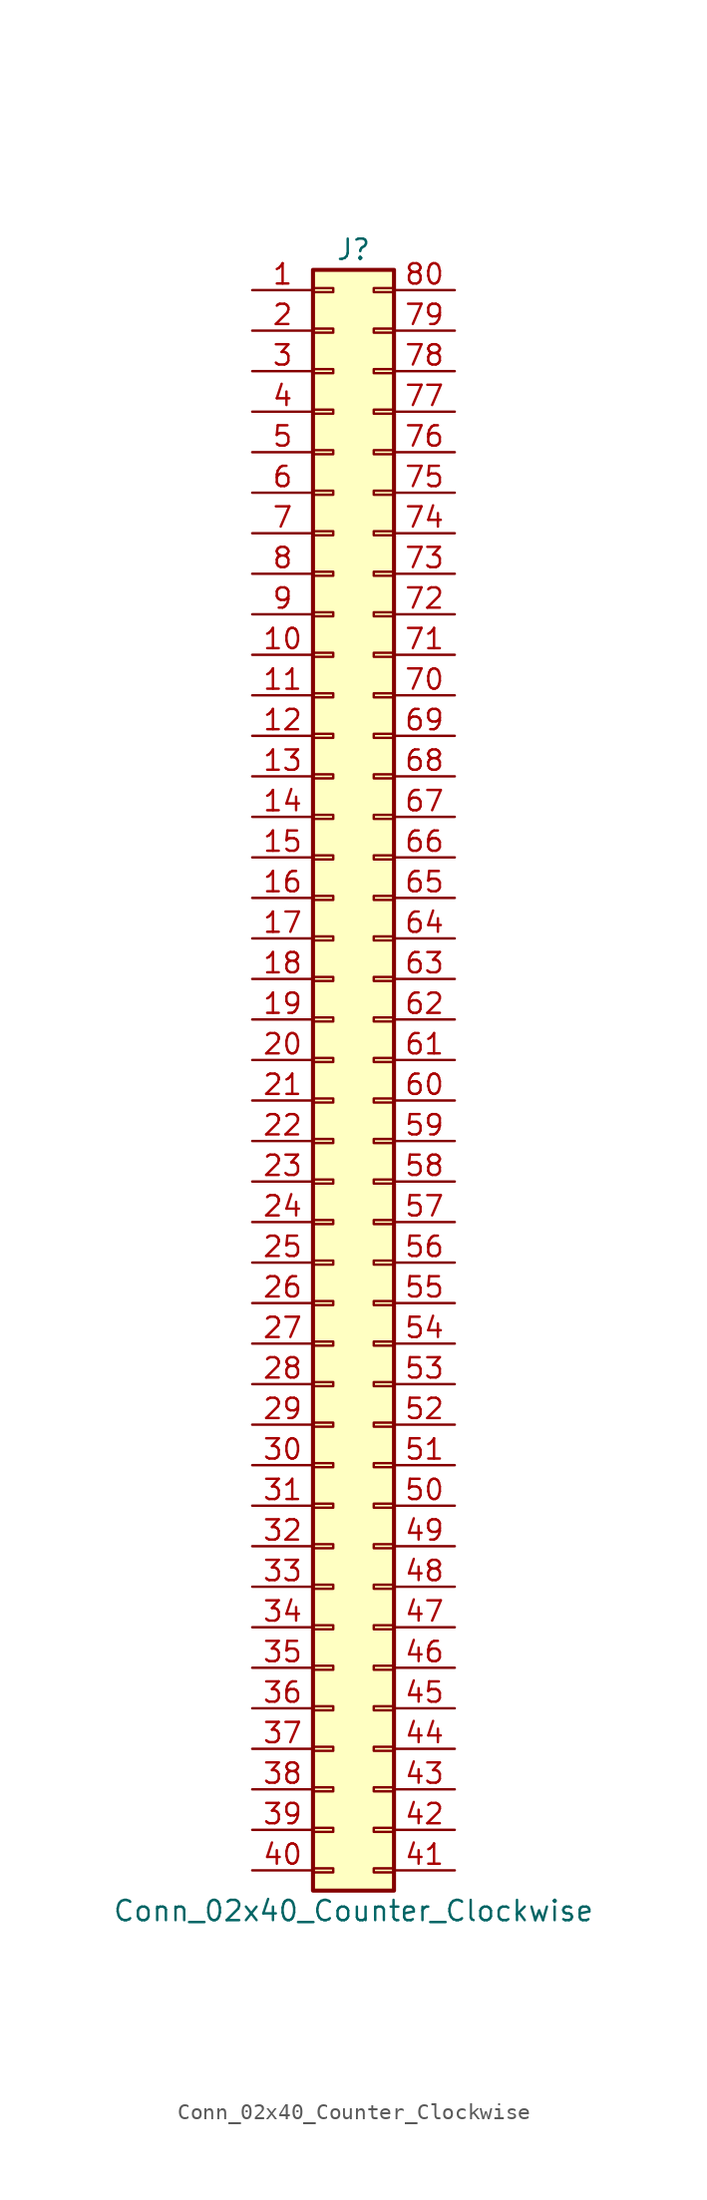
<source format=kicad_sym>
(kicad_symbol_lib
  (version 20211014)
  (generator kicad_symbol_editor)
  (symbol "Conn_02x40_Counter_Clockwise"
    (pin_names
      (offset 1.016) hide)
    (property "Reference" "J"
      (at 1.27 50.8 0)
      (effects (font (size 1.27 1.27))))
    (property "Value" "Conn_02x40_Counter_Clockwise"
      (at 1.27 -53.34 0)
      (effects (font (size 1.27 1.27))))
    (symbol "Conn_02x40_Counter_Clockwise_1_1"
      (rectangle (start -1.27 -50.673) (end 0 -50.927) (stroke (width 0.152) (type default) (color 0 0 0 0)) (fill (type none)))
      (rectangle (start -1.27 -48.133) (end 0 -48.387) (stroke (width 0.152) (type default) (color 0 0 0 0)) (fill (type none)))
      (rectangle (start -1.27 -45.593) (end 0 -45.847) (stroke (width 0.152) (type default) (color 0 0 0 0)) (fill (type none)))
      (rectangle (start -1.27 -43.053) (end 0 -43.307) (stroke (width 0.152) (type default) (color 0 0 0 0)) (fill (type none)))
      (rectangle (start -1.27 -40.513) (end 0 -40.767) (stroke (width 0.152) (type default) (color 0 0 0 0)) (fill (type none)))
      (rectangle (start -1.27 -37.973) (end 0 -38.227) (stroke (width 0.152) (type default) (color 0 0 0 0)) (fill (type none)))
      (rectangle (start -1.27 -35.433) (end 0 -35.687) (stroke (width 0.152) (type default) (color 0 0 0 0)) (fill (type none)))
      (rectangle (start -1.27 -32.893) (end 0 -33.147) (stroke (width 0.152) (type default) (color 0 0 0 0)) (fill (type none)))
      (rectangle (start -1.27 -30.353) (end 0 -30.607) (stroke (width 0.152) (type default) (color 0 0 0 0)) (fill (type none)))
      (rectangle (start -1.27 -27.813) (end 0 -28.067) (stroke (width 0.152) (type default) (color 0 0 0 0)) (fill (type none)))
      (rectangle (start -1.27 -25.273) (end 0 -25.527) (stroke (width 0.152) (type default) (color 0 0 0 0)) (fill (type none)))
      (rectangle (start -1.27 -22.733) (end 0 -22.987) (stroke (width 0.152) (type default) (color 0 0 0 0)) (fill (type none)))
      (rectangle (start -1.27 -20.193) (end 0 -20.447) (stroke (width 0.152) (type default) (color 0 0 0 0)) (fill (type none)))
      (rectangle (start -1.27 -17.653) (end 0 -17.907) (stroke (width 0.152) (type default) (color 0 0 0 0)) (fill (type none)))
      (rectangle (start -1.27 -15.113) (end 0 -15.367) (stroke (width 0.152) (type default) (color 0 0 0 0)) (fill (type none)))
      (rectangle (start -1.27 -12.573) (end 0 -12.827) (stroke (width 0.152) (type default) (color 0 0 0 0)) (fill (type none)))
      (rectangle (start -1.27 -10.033) (end 0 -10.287) (stroke (width 0.152) (type default) (color 0 0 0 0)) (fill (type none)))
      (rectangle (start -1.27 -7.493) (end 0 -7.747) (stroke (width 0.152) (type default) (color 0 0 0 0)) (fill (type none)))
      (rectangle (start -1.27 -4.953) (end 0 -5.207) (stroke (width 0.152) (type default) (color 0 0 0 0)) (fill (type none)))
      (rectangle (start -1.27 -2.413) (end 0 -2.667) (stroke (width 0.152) (type default) (color 0 0 0 0)) (fill (type none)))
      (rectangle (start -1.27 0.127) (end 0 -0.127) (stroke (width 0.152) (type default) (color 0 0 0 0)) (fill (type none)))
      (rectangle (start -1.27 2.667) (end 0 2.413) (stroke (width 0.152) (type default) (color 0 0 0 0)) (fill (type none)))
      (rectangle (start -1.27 5.207) (end 0 4.953) (stroke (width 0.152) (type default) (color 0 0 0 0)) (fill (type none)))
      (rectangle (start -1.27 7.747) (end 0 7.493) (stroke (width 0.152) (type default) (color 0 0 0 0)) (fill (type none)))
      (rectangle (start -1.27 10.287) (end 0 10.033) (stroke (width 0.152) (type default) (color 0 0 0 0)) (fill (type none)))
      (rectangle (start -1.27 12.827) (end 0 12.573) (stroke (width 0.152) (type default) (color 0 0 0 0)) (fill (type none)))
      (rectangle (start -1.27 15.367) (end 0 15.113) (stroke (width 0.152) (type default) (color 0 0 0 0)) (fill (type none)))
      (rectangle (start -1.27 17.907) (end 0 17.653) (stroke (width 0.152) (type default) (color 0 0 0 0)) (fill (type none)))
      (rectangle (start -1.27 20.447) (end 0 20.193) (stroke (width 0.152) (type default) (color 0 0 0 0)) (fill (type none)))
      (rectangle (start -1.27 22.987) (end 0 22.733) (stroke (width 0.152) (type default) (color 0 0 0 0)) (fill (type none)))
      (rectangle (start -1.27 25.527) (end 0 25.273) (stroke (width 0.152) (type default) (color 0 0 0 0)) (fill (type none)))
      (rectangle (start -1.27 28.067) (end 0 27.813) (stroke (width 0.152) (type default) (color 0 0 0 0)) (fill (type none)))
      (rectangle (start -1.27 30.607) (end 0 30.353) (stroke (width 0.152) (type default) (color 0 0 0 0)) (fill (type none)))
      (rectangle (start -1.27 33.147) (end 0 32.893) (stroke (width 0.152) (type default) (color 0 0 0 0)) (fill (type none)))
      (rectangle (start -1.27 35.687) (end 0 35.433) (stroke (width 0.152) (type default) (color 0 0 0 0)) (fill (type none)))
      (rectangle (start -1.27 38.227) (end 0 37.973) (stroke (width 0.152) (type default) (color 0 0 0 0)) (fill (type none)))
      (rectangle (start -1.27 40.767) (end 0 40.513) (stroke (width 0.152) (type default) (color 0 0 0 0)) (fill (type none)))
      (rectangle (start -1.27 43.307) (end 0 43.053) (stroke (width 0.152) (type default) (color 0 0 0 0)) (fill (type none)))
      (rectangle (start -1.27 45.847) (end 0 45.593) (stroke (width 0.152) (type default) (color 0 0 0 0)) (fill (type none)))
      (rectangle (start -1.27 48.387) (end 0 48.133) (stroke (width 0.152) (type default) (color 0 0 0 0)) (fill (type none)))
      (rectangle (start -1.27 49.53) (end 3.81 -52.07) (stroke (width 0.254) (type default) (color 0 0 0 0)) (fill (type background)))
      (rectangle (start 3.81 -50.673) (end 2.54 -50.927) (stroke (width 0.152) (type default) (color 0 0 0 0)) (fill (type none)))
      (rectangle (start 3.81 -48.133) (end 2.54 -48.387) (stroke (width 0.152) (type default) (color 0 0 0 0)) (fill (type none)))
      (rectangle (start 3.81 -45.593) (end 2.54 -45.847) (stroke (width 0.152) (type default) (color 0 0 0 0)) (fill (type none)))
      (rectangle (start 3.81 -43.053) (end 2.54 -43.307) (stroke (width 0.152) (type default) (color 0 0 0 0)) (fill (type none)))
      (rectangle (start 3.81 -40.513) (end 2.54 -40.767) (stroke (width 0.152) (type default) (color 0 0 0 0)) (fill (type none)))
      (rectangle (start 3.81 -37.973) (end 2.54 -38.227) (stroke (width 0.152) (type default) (color 0 0 0 0)) (fill (type none)))
      (rectangle (start 3.81 -35.433) (end 2.54 -35.687) (stroke (width 0.152) (type default) (color 0 0 0 0)) (fill (type none)))
      (rectangle (start 3.81 -32.893) (end 2.54 -33.147) (stroke (width 0.152) (type default) (color 0 0 0 0)) (fill (type none)))
      (rectangle (start 3.81 -30.353) (end 2.54 -30.607) (stroke (width 0.152) (type default) (color 0 0 0 0)) (fill (type none)))
      (rectangle (start 3.81 -27.813) (end 2.54 -28.067) (stroke (width 0.152) (type default) (color 0 0 0 0)) (fill (type none)))
      (rectangle (start 3.81 -25.273) (end 2.54 -25.527) (stroke (width 0.152) (type default) (color 0 0 0 0)) (fill (type none)))
      (rectangle (start 3.81 -22.733) (end 2.54 -22.987) (stroke (width 0.152) (type default) (color 0 0 0 0)) (fill (type none)))
      (rectangle (start 3.81 -20.193) (end 2.54 -20.447) (stroke (width 0.152) (type default) (color 0 0 0 0)) (fill (type none)))
      (rectangle (start 3.81 -17.653) (end 2.54 -17.907) (stroke (width 0.152) (type default) (color 0 0 0 0)) (fill (type none)))
      (rectangle (start 3.81 -15.113) (end 2.54 -15.367) (stroke (width 0.152) (type default) (color 0 0 0 0)) (fill (type none)))
      (rectangle (start 3.81 -12.573) (end 2.54 -12.827) (stroke (width 0.152) (type default) (color 0 0 0 0)) (fill (type none)))
      (rectangle (start 3.81 -10.033) (end 2.54 -10.287) (stroke (width 0.152) (type default) (color 0 0 0 0)) (fill (type none)))
      (rectangle (start 3.81 -7.493) (end 2.54 -7.747) (stroke (width 0.152) (type default) (color 0 0 0 0)) (fill (type none)))
      (rectangle (start 3.81 -4.953) (end 2.54 -5.207) (stroke (width 0.152) (type default) (color 0 0 0 0)) (fill (type none)))
      (rectangle (start 3.81 -2.413) (end 2.54 -2.667) (stroke (width 0.152) (type default) (color 0 0 0 0)) (fill (type none)))
      (rectangle (start 3.81 0.127) (end 2.54 -0.127) (stroke (width 0.152) (type default) (color 0 0 0 0)) (fill (type none)))
      (rectangle (start 3.81 2.667) (end 2.54 2.413) (stroke (width 0.152) (type default) (color 0 0 0 0)) (fill (type none)))
      (rectangle (start 3.81 5.207) (end 2.54 4.953) (stroke (width 0.152) (type default) (color 0 0 0 0)) (fill (type none)))
      (rectangle (start 3.81 7.747) (end 2.54 7.493) (stroke (width 0.152) (type default) (color 0 0 0 0)) (fill (type none)))
      (rectangle (start 3.81 10.287) (end 2.54 10.033) (stroke (width 0.152) (type default) (color 0 0 0 0)) (fill (type none)))
      (rectangle (start 3.81 12.827) (end 2.54 12.573) (stroke (width 0.152) (type default) (color 0 0 0 0)) (fill (type none)))
      (rectangle (start 3.81 15.367) (end 2.54 15.113) (stroke (width 0.152) (type default) (color 0 0 0 0)) (fill (type none)))
      (rectangle (start 3.81 17.907) (end 2.54 17.653) (stroke (width 0.152) (type default) (color 0 0 0 0)) (fill (type none)))
      (rectangle (start 3.81 20.447) (end 2.54 20.193) (stroke (width 0.152) (type default) (color 0 0 0 0)) (fill (type none)))
      (rectangle (start 3.81 22.987) (end 2.54 22.733) (stroke (width 0.152) (type default) (color 0 0 0 0)) (fill (type none)))
      (rectangle (start 3.81 25.527) (end 2.54 25.273) (stroke (width 0.152) (type default) (color 0 0 0 0)) (fill (type none)))
      (rectangle (start 3.81 28.067) (end 2.54 27.813) (stroke (width 0.152) (type default) (color 0 0 0 0)) (fill (type none)))
      (rectangle (start 3.81 30.607) (end 2.54 30.353) (stroke (width 0.152) (type default) (color 0 0 0 0)) (fill (type none)))
      (rectangle (start 3.81 33.147) (end 2.54 32.893) (stroke (width 0.152) (type default) (color 0 0 0 0)) (fill (type none)))
      (rectangle (start 3.81 35.687) (end 2.54 35.433) (stroke (width 0.152) (type default) (color 0 0 0 0)) (fill (type none)))
      (rectangle (start 3.81 38.227) (end 2.54 37.973) (stroke (width 0.152) (type default) (color 0 0 0 0)) (fill (type none)))
      (rectangle (start 3.81 40.767) (end 2.54 40.513) (stroke (width 0.152) (type default) (color 0 0 0 0)) (fill (type none)))
      (rectangle (start 3.81 43.307) (end 2.54 43.053) (stroke (width 0.152) (type default) (color 0 0 0 0)) (fill (type none)))
      (rectangle (start 3.81 45.847) (end 2.54 45.593) (stroke (width 0.152) (type default) (color 0 0 0 0)) (fill (type none)))
      (rectangle (start 3.81 48.387) (end 2.54 48.133) (stroke (width 0.152) (type default) (color 0 0 0 0)) (fill (type none)))
      (pin passive line (at -5.08 48.26 0) (length 3.81) (name "Pin_1" (effects (font (size 1.27 1.27)))) (number "1" (effects (font (size 1.27 1.27)))))
      (pin passive line (at -5.08 25.4 0) (length 3.81) (name "Pin_10" (effects (font (size 1.27 1.27)))) (number "10" (effects (font (size 1.27 1.27)))))
      (pin passive line (at -5.08 22.86 0) (length 3.81) (name "Pin_11" (effects (font (size 1.27 1.27)))) (number "11" (effects (font (size 1.27 1.27)))))
      (pin passive line (at -5.08 20.32 0) (length 3.81) (name "Pin_12" (effects (font (size 1.27 1.27)))) (number "12" (effects (font (size 1.27 1.27)))))
      (pin passive line (at -5.08 17.78 0) (length 3.81) (name "Pin_13" (effects (font (size 1.27 1.27)))) (number "13" (effects (font (size 1.27 1.27)))))
      (pin passive line (at -5.08 15.24 0) (length 3.81) (name "Pin_14" (effects (font (size 1.27 1.27)))) (number "14" (effects (font (size 1.27 1.27)))))
      (pin passive line (at -5.08 12.7 0) (length 3.81) (name "Pin_15" (effects (font (size 1.27 1.27)))) (number "15" (effects (font (size 1.27 1.27)))))
      (pin passive line (at -5.08 10.16 0) (length 3.81) (name "Pin_16" (effects (font (size 1.27 1.27)))) (number "16" (effects (font (size 1.27 1.27)))))
      (pin passive line (at -5.08 7.62 0) (length 3.81) (name "Pin_17" (effects (font (size 1.27 1.27)))) (number "17" (effects (font (size 1.27 1.27)))))
      (pin passive line (at -5.08 5.08 0) (length 3.81) (name "Pin_18" (effects (font (size 1.27 1.27)))) (number "18" (effects (font (size 1.27 1.27)))))
      (pin passive line (at -5.08 2.54 0) (length 3.81) (name "Pin_19" (effects (font (size 1.27 1.27)))) (number "19" (effects (font (size 1.27 1.27)))))
      (pin passive line (at -5.08 45.72 0) (length 3.81) (name "Pin_2" (effects (font (size 1.27 1.27)))) (number "2" (effects (font (size 1.27 1.27)))))
      (pin passive line (at -5.08 0 0) (length 3.81) (name "Pin_20" (effects (font (size 1.27 1.27)))) (number "20" (effects (font (size 1.27 1.27)))))
      (pin passive line (at -5.08 -2.54 0) (length 3.81) (name "Pin_21" (effects (font (size 1.27 1.27)))) (number "21" (effects (font (size 1.27 1.27)))))
      (pin passive line (at -5.08 -5.08 0) (length 3.81) (name "Pin_22" (effects (font (size 1.27 1.27)))) (number "22" (effects (font (size 1.27 1.27)))))
      (pin passive line (at -5.08 -7.62 0) (length 3.81) (name "Pin_23" (effects (font (size 1.27 1.27)))) (number "23" (effects (font (size 1.27 1.27)))))
      (pin passive line (at -5.08 -10.16 0) (length 3.81) (name "Pin_24" (effects (font (size 1.27 1.27)))) (number "24" (effects (font (size 1.27 1.27)))))
      (pin passive line (at -5.08 -12.7 0) (length 3.81) (name "Pin_25" (effects (font (size 1.27 1.27)))) (number "25" (effects (font (size 1.27 1.27)))))
      (pin passive line (at -5.08 -15.24 0) (length 3.81) (name "Pin_26" (effects (font (size 1.27 1.27)))) (number "26" (effects (font (size 1.27 1.27)))))
      (pin passive line (at -5.08 -17.78 0) (length 3.81) (name "Pin_27" (effects (font (size 1.27 1.27)))) (number "27" (effects (font (size 1.27 1.27)))))
      (pin passive line (at -5.08 -20.32 0) (length 3.81) (name "Pin_28" (effects (font (size 1.27 1.27)))) (number "28" (effects (font (size 1.27 1.27)))))
      (pin passive line (at -5.08 -22.86 0) (length 3.81) (name "Pin_29" (effects (font (size 1.27 1.27)))) (number "29" (effects (font (size 1.27 1.27)))))
      (pin passive line (at -5.08 43.18 0) (length 3.81) (name "Pin_3" (effects (font (size 1.27 1.27)))) (number "3" (effects (font (size 1.27 1.27)))))
      (pin passive line (at -5.08 -25.4 0) (length 3.81) (name "Pin_30" (effects (font (size 1.27 1.27)))) (number "30" (effects (font (size 1.27 1.27)))))
      (pin passive line (at -5.08 -27.94 0) (length 3.81) (name "Pin_31" (effects (font (size 1.27 1.27)))) (number "31" (effects (font (size 1.27 1.27)))))
      (pin passive line (at -5.08 -30.48 0) (length 3.81) (name "Pin_32" (effects (font (size 1.27 1.27)))) (number "32" (effects (font (size 1.27 1.27)))))
      (pin passive line (at -5.08 -33.02 0) (length 3.81) (name "Pin_33" (effects (font (size 1.27 1.27)))) (number "33" (effects (font (size 1.27 1.27)))))
      (pin passive line (at -5.08 -35.56 0) (length 3.81) (name "Pin_34" (effects (font (size 1.27 1.27)))) (number "34" (effects (font (size 1.27 1.27)))))
      (pin passive line (at -5.08 -38.1 0) (length 3.81) (name "Pin_35" (effects (font (size 1.27 1.27)))) (number "35" (effects (font (size 1.27 1.27)))))
      (pin passive line (at -5.08 -40.64 0) (length 3.81) (name "Pin_36" (effects (font (size 1.27 1.27)))) (number "36" (effects (font (size 1.27 1.27)))))
      (pin passive line (at -5.08 -43.18 0) (length 3.81) (name "Pin_37" (effects (font (size 1.27 1.27)))) (number "37" (effects (font (size 1.27 1.27)))))
      (pin passive line (at -5.08 -45.72 0) (length 3.81) (name "Pin_38" (effects (font (size 1.27 1.27)))) (number "38" (effects (font (size 1.27 1.27)))))
      (pin passive line (at -5.08 -48.26 0) (length 3.81) (name "Pin_39" (effects (font (size 1.27 1.27)))) (number "39" (effects (font (size 1.27 1.27)))))
      (pin passive line (at -5.08 40.64 0) (length 3.81) (name "Pin_4" (effects (font (size 1.27 1.27)))) (number "4" (effects (font (size 1.27 1.27)))))
      (pin passive line (at -5.08 -50.8 0) (length 3.81) (name "Pin_40" (effects (font (size 1.27 1.27)))) (number "40" (effects (font (size 1.27 1.27)))))
      (pin passive line (at 7.62 -50.8 180) (length 3.81) (name "Pin_41" (effects (font (size 1.27 1.27)))) (number "41" (effects (font (size 1.27 1.27)))))
      (pin passive line (at 7.62 -48.26 180) (length 3.81) (name "Pin_42" (effects (font (size 1.27 1.27)))) (number "42" (effects (font (size 1.27 1.27)))))
      (pin passive line (at 7.62 -45.72 180) (length 3.81) (name "Pin_43" (effects (font (size 1.27 1.27)))) (number "43" (effects (font (size 1.27 1.27)))))
      (pin passive line (at 7.62 -43.18 180) (length 3.81) (name "Pin_44" (effects (font (size 1.27 1.27)))) (number "44" (effects (font (size 1.27 1.27)))))
      (pin passive line (at 7.62 -40.64 180) (length 3.81) (name "Pin_45" (effects (font (size 1.27 1.27)))) (number "45" (effects (font (size 1.27 1.27)))))
      (pin passive line (at 7.62 -38.1 180) (length 3.81) (name "Pin_46" (effects (font (size 1.27 1.27)))) (number "46" (effects (font (size 1.27 1.27)))))
      (pin passive line (at 7.62 -35.56 180) (length 3.81) (name "Pin_47" (effects (font (size 1.27 1.27)))) (number "47" (effects (font (size 1.27 1.27)))))
      (pin passive line (at 7.62 -33.02 180) (length 3.81) (name "Pin_48" (effects (font (size 1.27 1.27)))) (number "48" (effects (font (size 1.27 1.27)))))
      (pin passive line (at 7.62 -30.48 180) (length 3.81) (name "Pin_49" (effects (font (size 1.27 1.27)))) (number "49" (effects (font (size 1.27 1.27)))))
      (pin passive line (at -5.08 38.1 0) (length 3.81) (name "Pin_5" (effects (font (size 1.27 1.27)))) (number "5" (effects (font (size 1.27 1.27)))))
      (pin passive line (at 7.62 -27.94 180) (length 3.81) (name "Pin_50" (effects (font (size 1.27 1.27)))) (number "50" (effects (font (size 1.27 1.27)))))
      (pin passive line (at 7.62 -25.4 180) (length 3.81) (name "Pin_51" (effects (font (size 1.27 1.27)))) (number "51" (effects (font (size 1.27 1.27)))))
      (pin passive line (at 7.62 -22.86 180) (length 3.81) (name "Pin_52" (effects (font (size 1.27 1.27)))) (number "52" (effects (font (size 1.27 1.27)))))
      (pin passive line (at 7.62 -20.32 180) (length 3.81) (name "Pin_53" (effects (font (size 1.27 1.27)))) (number "53" (effects (font (size 1.27 1.27)))))
      (pin passive line (at 7.62 -17.78 180) (length 3.81) (name "Pin_54" (effects (font (size 1.27 1.27)))) (number "54" (effects (font (size 1.27 1.27)))))
      (pin passive line (at 7.62 -15.24 180) (length 3.81) (name "Pin_55" (effects (font (size 1.27 1.27)))) (number "55" (effects (font (size 1.27 1.27)))))
      (pin passive line (at 7.62 -12.7 180) (length 3.81) (name "Pin_56" (effects (font (size 1.27 1.27)))) (number "56" (effects (font (size 1.27 1.27)))))
      (pin passive line (at 7.62 -10.16 180) (length 3.81) (name "Pin_57" (effects (font (size 1.27 1.27)))) (number "57" (effects (font (size 1.27 1.27)))))
      (pin passive line (at 7.62 -7.62 180) (length 3.81) (name "Pin_58" (effects (font (size 1.27 1.27)))) (number "58" (effects (font (size 1.27 1.27)))))
      (pin passive line (at 7.62 -5.08 180) (length 3.81) (name "Pin_59" (effects (font (size 1.27 1.27)))) (number "59" (effects (font (size 1.27 1.27)))))
      (pin passive line (at -5.08 35.56 0) (length 3.81) (name "Pin_6" (effects (font (size 1.27 1.27)))) (number "6" (effects (font (size 1.27 1.27)))))
      (pin passive line (at 7.62 -2.54 180) (length 3.81) (name "Pin_60" (effects (font (size 1.27 1.27)))) (number "60" (effects (font (size 1.27 1.27)))))
      (pin passive line (at 7.62 0 180) (length 3.81) (name "Pin_61" (effects (font (size 1.27 1.27)))) (number "61" (effects (font (size 1.27 1.27)))))
      (pin passive line (at 7.62 2.54 180) (length 3.81) (name "Pin_62" (effects (font (size 1.27 1.27)))) (number "62" (effects (font (size 1.27 1.27)))))
      (pin passive line (at 7.62 5.08 180) (length 3.81) (name "Pin_63" (effects (font (size 1.27 1.27)))) (number "63" (effects (font (size 1.27 1.27)))))
      (pin passive line (at 7.62 7.62 180) (length 3.81) (name "Pin_64" (effects (font (size 1.27 1.27)))) (number "64" (effects (font (size 1.27 1.27)))))
      (pin passive line (at 7.62 10.16 180) (length 3.81) (name "Pin_65" (effects (font (size 1.27 1.27)))) (number "65" (effects (font (size 1.27 1.27)))))
      (pin passive line (at 7.62 12.7 180) (length 3.81) (name "Pin_66" (effects (font (size 1.27 1.27)))) (number "66" (effects (font (size 1.27 1.27)))))
      (pin passive line (at 7.62 15.24 180) (length 3.81) (name "Pin_67" (effects (font (size 1.27 1.27)))) (number "67" (effects (font (size 1.27 1.27)))))
      (pin passive line (at 7.62 17.78 180) (length 3.81) (name "Pin_68" (effects (font (size 1.27 1.27)))) (number "68" (effects (font (size 1.27 1.27)))))
      (pin passive line (at 7.62 20.32 180) (length 3.81) (name "Pin_69" (effects (font (size 1.27 1.27)))) (number "69" (effects (font (size 1.27 1.27)))))
      (pin passive line (at -5.08 33.02 0) (length 3.81) (name "Pin_7" (effects (font (size 1.27 1.27)))) (number "7" (effects (font (size 1.27 1.27)))))
      (pin passive line (at 7.62 22.86 180) (length 3.81) (name "Pin_70" (effects (font (size 1.27 1.27)))) (number "70" (effects (font (size 1.27 1.27)))))
      (pin passive line (at 7.62 25.4 180) (length 3.81) (name "Pin_71" (effects (font (size 1.27 1.27)))) (number "71" (effects (font (size 1.27 1.27)))))
      (pin passive line (at 7.62 27.94 180) (length 3.81) (name "Pin_72" (effects (font (size 1.27 1.27)))) (number "72" (effects (font (size 1.27 1.27)))))
      (pin passive line (at 7.62 30.48 180) (length 3.81) (name "Pin_73" (effects (font (size 1.27 1.27)))) (number "73" (effects (font (size 1.27 1.27)))))
      (pin passive line (at 7.62 33.02 180) (length 3.81) (name "Pin_74" (effects (font (size 1.27 1.27)))) (number "74" (effects (font (size 1.27 1.27)))))
      (pin passive line (at 7.62 35.56 180) (length 3.81) (name "Pin_75" (effects (font (size 1.27 1.27)))) (number "75" (effects (font (size 1.27 1.27)))))
      (pin passive line (at 7.62 38.1 180) (length 3.81) (name "Pin_76" (effects (font (size 1.27 1.27)))) (number "76" (effects (font (size 1.27 1.27)))))
      (pin passive line (at 7.62 40.64 180) (length 3.81) (name "Pin_77" (effects (font (size 1.27 1.27)))) (number "77" (effects (font (size 1.27 1.27)))))
      (pin passive line (at 7.62 43.18 180) (length 3.81) (name "Pin_78" (effects (font (size 1.27 1.27)))) (number "78" (effects (font (size 1.27 1.27)))))
      (pin passive line (at 7.62 45.72 180) (length 3.81) (name "Pin_79" (effects (font (size 1.27 1.27)))) (number "79" (effects (font (size 1.27 1.27)))))
      (pin passive line (at -5.08 30.48 0) (length 3.81) (name "Pin_8" (effects (font (size 1.27 1.27)))) (number "8" (effects (font (size 1.27 1.27)))))
      (pin passive line (at 7.62 48.26 180) (length 3.81) (name "Pin_80" (effects (font (size 1.27 1.27)))) (number "80" (effects (font (size 1.27 1.27)))))
      (pin passive line (at -5.08 27.94 0) (length 3.81) (name "Pin_9" (effects (font (size 1.27 1.27)))) (number "9" (effects (font (size 1.27 1.27))))))))
</source>
